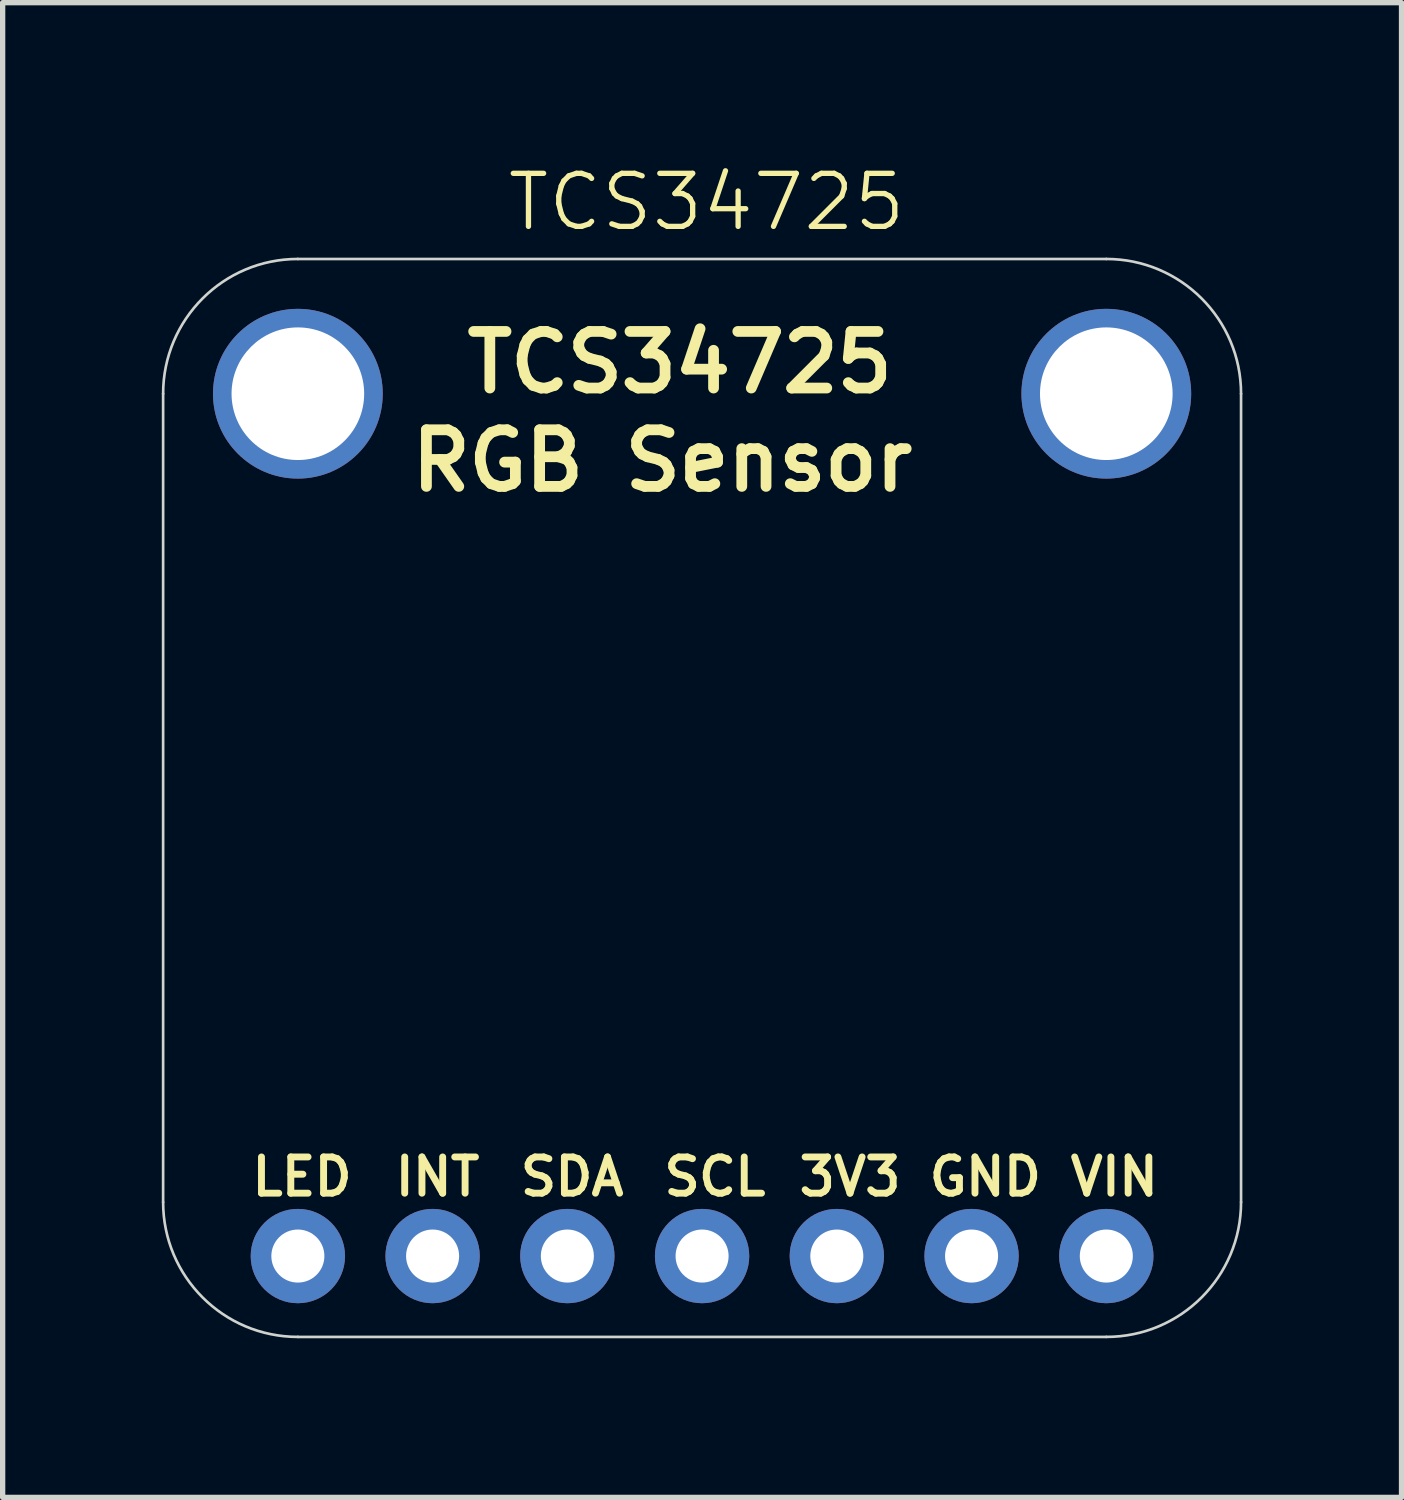
<source format=kicad_pcb>
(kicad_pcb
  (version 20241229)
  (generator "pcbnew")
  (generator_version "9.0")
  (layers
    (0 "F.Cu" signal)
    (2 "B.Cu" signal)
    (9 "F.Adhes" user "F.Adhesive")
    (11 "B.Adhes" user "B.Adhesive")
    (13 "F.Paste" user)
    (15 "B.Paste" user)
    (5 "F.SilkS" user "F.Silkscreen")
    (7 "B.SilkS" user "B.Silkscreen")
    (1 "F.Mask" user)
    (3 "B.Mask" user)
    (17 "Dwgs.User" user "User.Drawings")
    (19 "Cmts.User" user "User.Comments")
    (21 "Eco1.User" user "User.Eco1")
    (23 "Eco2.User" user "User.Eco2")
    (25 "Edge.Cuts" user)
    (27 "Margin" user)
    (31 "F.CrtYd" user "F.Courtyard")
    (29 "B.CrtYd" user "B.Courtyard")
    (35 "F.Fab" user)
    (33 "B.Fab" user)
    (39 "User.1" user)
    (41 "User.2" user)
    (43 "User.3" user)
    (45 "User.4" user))
  (footprint "TCS34725"
    (layer "F.Cu")
    (at 10.269 1.26)
    (property "Reference" "TCS34725" (at 0 -0.5 0) (unlocked yes) (layer "F.SilkS") (effects (font (size 1 1) (thickness 0.1))))
    (attr smd)
    (fp_line (start -10.244 3.112) (end -10.244 18.352) (stroke (width 0.05) (type solid)) (layer "Edge.Cuts"))
    (fp_line (start -7.704 20.892) (end 7.536 20.892) (stroke (width 0.05) (type solid)) (layer "Edge.Cuts"))
    (fp_line (start 7.536 0.572) (end -7.704 0.572) (stroke (width 0.05) (type solid)) (layer "Edge.Cuts"))
    (fp_line (start 10.076 18.352) (end 10.076 3.112) (stroke (width 0.05) (type solid)) (layer "Edge.Cuts"))
    (fp_arc (start -10.243949 3.112) (mid -9.5 1.315949) (end -7.703949 0.572) (stroke (width 0.05) (type solid)) (layer "Edge.Cuts"))
    (fp_arc (start -7.703949 20.892) (mid -9.5 20.148051) (end -10.243949 18.352) (stroke (width 0.05) (type solid)) (layer "Edge.Cuts"))
    (fp_arc (start 7.536051 0.572) (mid 9.332102 1.315949) (end 10.076051 3.112) (stroke (width 0.05) (type solid)) (layer "Edge.Cuts"))
    (fp_arc (start 10.076051 18.352) (mid 9.332102 20.148051) (end 7.536051 20.892) (stroke (width 0.05) (type solid)) (layer "Edge.Cuts"))
    (fp_text user "TCS34725" (at -4.625 3.146 0) (unlocked yes) (layer "F.SilkS") (effects (font (size 1.067 1.067) (thickness 0.203)) (justify left bottom)))
    (fp_text user "VIN" (at 6.789 18.273 0) (unlocked yes) (layer "F.SilkS") (effects (font (size 0.683 0.683) (thickness 0.13)) (justify left bottom)))
    (fp_text user "INT" (at -5.938 18.273 0) (unlocked yes) (layer "F.SilkS") (effects (font (size 0.683 0.683) (thickness 0.13)) (justify left bottom)))
    (fp_text user "RGB Sensor" (at -5.668 5 0) (unlocked yes) (layer "F.SilkS") (effects (font (size 1.067 1.067) (thickness 0.203)) (justify left bottom)))
    (fp_text user "LED" (at -8.638 18.273 0) (unlocked yes) (layer "F.SilkS") (effects (font (size 0.683 0.683) (thickness 0.13)) (justify left bottom)))
    (fp_text user "SDA" (at -3.578 18.273 0) (unlocked yes) (layer "F.SilkS") (effects (font (size 0.683 0.683) (thickness 0.13)) (justify left bottom)))
    (fp_text user "SCL" (at -0.871 18.273 0) (unlocked yes) (layer "F.SilkS") (effects (font (size 0.683 0.683) (thickness 0.13)) (justify left bottom)))
    (fp_text user "3V3" (at 1.676 18.273 0) (unlocked yes) (layer "F.SilkS") (effects (font (size 0.683 0.683) (thickness 0.13)) (justify left bottom)))
    (fp_text user "GND" (at 4.129 18.273 0) (unlocked yes) (layer "F.SilkS") (effects (font (size 0.683 0.683) (thickness 0.13)) (justify left bottom)))
    (pad "1" thru_hole circle (at 7.536 19.368 270) (size 1.778 1.778) (drill 1) (layers "*.Cu" "*.Mask"))
    (pad "2" thru_hole circle (at 4.996 19.368 270) (size 1.778 1.778) (drill 1) (layers "*.Cu" "*.Mask"))
    (pad "3" thru_hole circle (at 2.456 19.368 270) (size 1.778 1.778) (drill 1) (layers "*.Cu" "*.Mask"))
    (pad "4" thru_hole circle (at -0.084 19.368 270) (size 1.778 1.778) (drill 1) (layers "*.Cu" "*.Mask"))
    (pad "5" thru_hole circle (at -2.624 19.368 270) (size 1.778 1.778) (drill 1) (layers "*.Cu" "*.Mask"))
    (pad "6" thru_hole circle (at -5.164 19.368 270) (size 1.778 1.778) (drill 1) (layers "*.Cu" "*.Mask"))
    (pad "7" thru_hole circle (at -7.704 19.368 270) (size 1.778 1.778) (drill 1) (layers "*.Cu" "*.Mask"))
    (pad "P$1" thru_hole circle (at -7.704 3.112 180) (size 3.2 3.2) (drill 2.5) (layers "*.Cu" "*.Mask"))
    (pad "P$1" thru_hole circle (at 7.536 3.112 180) (size 3.2 3.2) (drill 2.5) (layers "*.Cu" "*.Mask"))
    (zone (net_name "") (layer "F.Cu") (hatch edge 0.5) (connect_pads) (min_thickness 0.25) (filled_areas_thickness no) (keepout (tracks not_allowed) (vias not_allowed) (pads not_allowed) (copperpour not_allowed) (footprints allowed)) (placement (enabled no)) (fill) (polygon (pts (xy 0.549 4.372) (xy 0.569 4.653) (xy 0.627 4.928) (xy 0.723 5.192) (xy 0.855 5.441) (xy 1.021 5.668) (xy 1.216 5.871) (xy 1.438 6.044) (xy 1.681 6.184) (xy 1.942 6.29) (xy 2.215 6.358) (xy 2.495 6.387) (xy 2.776 6.377) (xy 3.053 6.329) (xy 3.32 6.242) (xy 3.573 6.118) (xy 3.806 5.961) (xy 4.015 5.773) (xy 4.196 5.557) (xy 4.345 5.319) (xy 4.459 5.062) (xy 4.537 4.792) (xy 4.576 4.513) (xy 4.576 4.232) (xy 4.537 3.953) (xy 4.459 3.683) (xy 4.345 3.426) (xy 4.196 3.188) (xy 4.015 2.972) (xy 3.806 2.784) (xy 3.573 2.627) (xy 3.32 2.503) (xy 3.053 2.416) (xy 2.776 2.368) (xy 2.495 2.358) (xy 2.215 2.387) (xy 1.942 2.455) (xy 1.681 2.561) (xy 1.438 2.701) (xy 1.216 2.874) (xy 1.021 3.077) (xy 0.855 3.304) (xy 0.723 3.553) (xy 0.627 3.817) (xy 0.569 4.092))) (polygon (pts (xy 2.581 4.372) (xy 2.576 4.361) (xy 2.565 4.356) (xy 2.554 4.361) (xy 2.549 4.372) (xy 2.554 4.384) (xy 2.565 4.388) (xy 2.576 4.384))))
    (zone (net_name "") (layer "F.Cu") (hatch edge 0.5) (connect_pads) (min_thickness 0.25) (filled_areas_thickness no) (keepout (tracks not_allowed) (vias not_allowed) (pads not_allowed) (copperpour not_allowed) (footprints allowed)) (placement (enabled no)) (fill) (polygon (pts (xy 15.789 4.372) (xy 15.809 4.653) (xy 15.867 4.928) (xy 15.963 5.192) (xy 16.095 5.441) (xy 16.261 5.668) (xy 16.456 5.871) (xy 16.678 6.044) (xy 16.921 6.184) (xy 17.182 6.29) (xy 17.455 6.358) (xy 17.735 6.387) (xy 18.016 6.377) (xy 18.293 6.329) (xy 18.56 6.242) (xy 18.813 6.118) (xy 19.046 5.961) (xy 19.255 5.773) (xy 19.436 5.557) (xy 19.585 5.319) (xy 19.699 5.062) (xy 19.777 4.792) (xy 19.816 4.513) (xy 19.816 4.232) (xy 19.777 3.953) (xy 19.699 3.683) (xy 19.585 3.426) (xy 19.436 3.188) (xy 19.255 2.972) (xy 19.046 2.784) (xy 18.813 2.627) (xy 18.56 2.503) (xy 18.293 2.416) (xy 18.016 2.368) (xy 17.735 2.358) (xy 17.455 2.387) (xy 17.182 2.455) (xy 16.921 2.561) (xy 16.678 2.701) (xy 16.456 2.874) (xy 16.261 3.077) (xy 16.095 3.304) (xy 15.963 3.553) (xy 15.867 3.817) (xy 15.809 4.092))) (polygon (pts (xy 17.821 4.372) (xy 17.816 4.361) (xy 17.805 4.356) (xy 17.794 4.361) (xy 17.789 4.372) (xy 17.794 4.384) (xy 17.805 4.388) (xy 17.816 4.384))))
    (zone (net_name "") (layer "B.Cu") (hatch edge 0.5) (connect_pads) (min_thickness 0.25) (filled_areas_thickness no) (keepout (tracks not_allowed) (vias not_allowed) (pads not_allowed) (copperpour not_allowed) (footprints allowed)) (placement (enabled no)) (fill) (polygon (pts (xy 0.549 4.372) (xy 0.569 4.653) (xy 0.627 4.928) (xy 0.723 5.192) (xy 0.855 5.441) (xy 1.021 5.668) (xy 1.216 5.871) (xy 1.438 6.044) (xy 1.681 6.184) (xy 1.942 6.29) (xy 2.215 6.358) (xy 2.495 6.387) (xy 2.776 6.377) (xy 3.053 6.329) (xy 3.32 6.242) (xy 3.573 6.118) (xy 3.806 5.961) (xy 4.015 5.773) (xy 4.196 5.557) (xy 4.345 5.319) (xy 4.459 5.062) (xy 4.537 4.792) (xy 4.576 4.513) (xy 4.576 4.232) (xy 4.537 3.953) (xy 4.459 3.683) (xy 4.345 3.426) (xy 4.196 3.188) (xy 4.015 2.972) (xy 3.806 2.784) (xy 3.573 2.627) (xy 3.32 2.503) (xy 3.053 2.416) (xy 2.776 2.368) (xy 2.495 2.358) (xy 2.215 2.387) (xy 1.942 2.455) (xy 1.681 2.561) (xy 1.438 2.701) (xy 1.216 2.874) (xy 1.021 3.077) (xy 0.855 3.304) (xy 0.723 3.553) (xy 0.627 3.817) (xy 0.569 4.092))) (polygon (pts (xy 2.581 4.372) (xy 2.576 4.361) (xy 2.565 4.356) (xy 2.554 4.361) (xy 2.549 4.372) (xy 2.554 4.384) (xy 2.565 4.388) (xy 2.576 4.384))))
    (zone (net_name "") (layer "B.Cu") (hatch edge 0.5) (connect_pads) (min_thickness 0.25) (filled_areas_thickness no) (keepout (tracks not_allowed) (vias not_allowed) (pads not_allowed) (copperpour not_allowed) (footprints allowed)) (placement (enabled no)) (fill) (polygon (pts (xy 15.789 4.372) (xy 15.809 4.653) (xy 15.867 4.928) (xy 15.963 5.192) (xy 16.095 5.441) (xy 16.261 5.668) (xy 16.456 5.871) (xy 16.678 6.044) (xy 16.921 6.184) (xy 17.182 6.29) (xy 17.455 6.358) (xy 17.735 6.387) (xy 18.016 6.377) (xy 18.293 6.329) (xy 18.56 6.242) (xy 18.813 6.118) (xy 19.046 5.961) (xy 19.255 5.773) (xy 19.436 5.557) (xy 19.585 5.319) (xy 19.699 5.062) (xy 19.777 4.792) (xy 19.816 4.513) (xy 19.816 4.232) (xy 19.777 3.953) (xy 19.699 3.683) (xy 19.585 3.426) (xy 19.436 3.188) (xy 19.255 2.972) (xy 19.046 2.784) (xy 18.813 2.627) (xy 18.56 2.503) (xy 18.293 2.416) (xy 18.016 2.368) (xy 17.735 2.358) (xy 17.455 2.387) (xy 17.182 2.455) (xy 16.921 2.561) (xy 16.678 2.701) (xy 16.456 2.874) (xy 16.261 3.077) (xy 16.095 3.304) (xy 15.963 3.553) (xy 15.867 3.817) (xy 15.809 4.092))) (polygon (pts (xy 17.821 4.372) (xy 17.816 4.361) (xy 17.805 4.356) (xy 17.794 4.361) (xy 17.789 4.372) (xy 17.794 4.384) (xy 17.805 4.388) (xy 17.816 4.384)))))
  (gr_rect
    (start -3 -3)
    (end 23.37 25.177)
    (stroke (width 0.1) (type default))
    (fill no)
    (layer "Edge.Cuts")))
</source>
